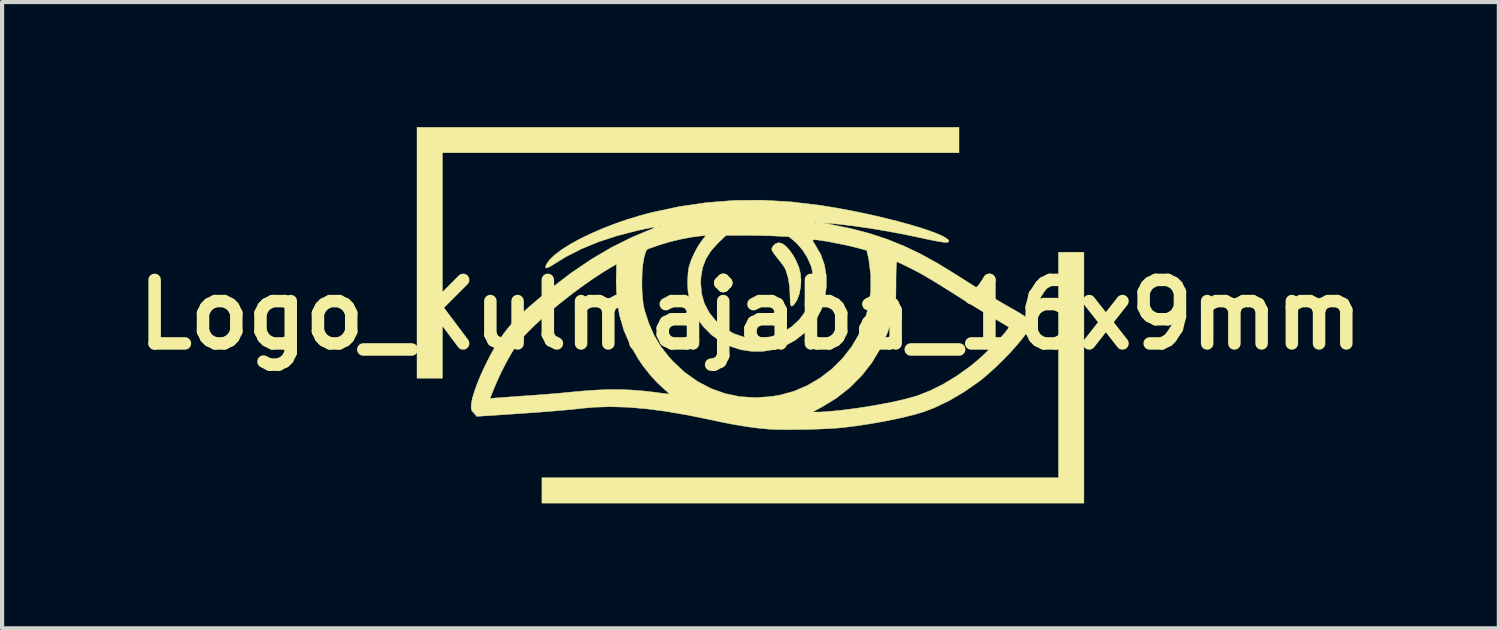
<source format=kicad_pcb>
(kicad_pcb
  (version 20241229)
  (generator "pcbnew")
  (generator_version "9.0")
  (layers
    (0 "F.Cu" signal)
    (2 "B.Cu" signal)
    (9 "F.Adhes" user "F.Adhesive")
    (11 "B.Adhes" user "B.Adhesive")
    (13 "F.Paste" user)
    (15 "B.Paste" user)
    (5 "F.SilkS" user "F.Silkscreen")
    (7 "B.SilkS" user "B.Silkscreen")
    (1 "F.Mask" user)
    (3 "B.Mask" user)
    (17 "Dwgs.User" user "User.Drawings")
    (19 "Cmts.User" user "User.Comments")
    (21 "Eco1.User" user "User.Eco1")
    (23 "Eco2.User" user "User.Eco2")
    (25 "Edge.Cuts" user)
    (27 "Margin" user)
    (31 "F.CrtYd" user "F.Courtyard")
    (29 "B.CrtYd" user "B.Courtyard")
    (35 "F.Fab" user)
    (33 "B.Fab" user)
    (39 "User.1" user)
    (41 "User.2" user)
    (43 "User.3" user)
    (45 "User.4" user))
  (footprint "Logo_Kulmajaba_16x9mm"
    (layer "F.Cu")
    (at 14.957 4.501)
    (property "Reference" "Logo_Kulmajaba_16x9mm" (at 0 0 0) (layer "F.SilkS") (effects (font (size 1.524 1.524) (thickness 0.3))))
    (attr through_hole)
    (fp_poly (pts (xy 5.004 -3.886) (xy -7.391 -3.886) (xy -7.391 1.524) (xy -8.001 1.524) (xy -8.001 -4.496) (xy 5.004 -4.496) (xy 5.004 -3.886)) (stroke (width 0.01) (type solid)) (fill yes) (layer "F.SilkS"))
    (fp_poly (pts (xy 8.001 4.521) (xy -5.004 4.521) (xy -5.004 3.912) (xy 7.391 3.912) (xy 7.391 -1.499) (xy 8.001 -1.499) (xy 8.001 4.521)) (stroke (width 0.01) (type solid)) (fill yes) (layer "F.SilkS"))
    (fp_poly (pts (xy 0.766 -1.704) (xy 0.852 -1.641) (xy 0.939 -1.545) (xy 1.024 -1.425) (xy 1.098 -1.289) (xy 1.158 -1.147) (xy 1.196 -1.005) (xy 1.197 -1.003) (xy 1.213 -0.832) (xy 1.203 -0.657) (xy 1.17 -0.492) (xy 1.116 -0.349) (xy 1.049 -0.249) (xy 1.009 -0.211) (xy 0.981 -0.205) (xy 0.963 -0.236) (xy 0.953 -0.307) (xy 0.95 -0.424) (xy 0.949 -0.464) (xy 0.937 -0.687) (xy 0.903 -0.892) (xy 0.849 -1.065) (xy 0.822 -1.124) (xy 0.788 -1.177) (xy 0.731 -1.254) (xy 0.663 -1.34) (xy 0.646 -1.359) (xy 0.583 -1.44) (xy 0.534 -1.511) (xy 0.51 -1.56) (xy 0.508 -1.569) (xy 0.531 -1.636) (xy 0.587 -1.693) (xy 0.661 -1.725) (xy 0.688 -1.727) (xy 0.766 -1.704)) (stroke (width 0.01) (type solid)) (fill yes) (layer "F.SilkS"))
    (fp_poly (pts (xy 0.965 -2.709) (xy 1.665 -2.625) (xy 1.74 -2.614) (xy 2.047 -2.563) (xy 2.357 -2.507) (xy 2.665 -2.445) (xy 2.967 -2.379) (xy 3.259 -2.31) (xy 3.537 -2.24) (xy 3.796 -2.169) (xy 4.033 -2.099) (xy 4.244 -2.031) (xy 4.425 -1.966) (xy 4.571 -1.905) (xy 4.678 -1.849) (xy 4.742 -1.8) (xy 4.761 -1.765) (xy 4.75 -1.745) (xy 4.713 -1.736) (xy 4.645 -1.738) (xy 4.543 -1.752) (xy 4.401 -1.778) (xy 4.216 -1.816) (xy 4.111 -1.839) (xy 3.699 -1.926) (xy 3.281 -2.004) (xy 2.868 -2.073) (xy 2.471 -2.13) (xy 2.103 -2.174) (xy 1.867 -2.195) (xy 1.795 -2.201) (xy 1.763 -2.201) (xy 1.771 -2.196) (xy 1.824 -2.185) (xy 1.923 -2.167) (xy 1.963 -2.159) (xy 2.426 -2.063) (xy 2.86 -1.949) (xy 3.275 -1.812) (xy 3.679 -1.65) (xy 4.083 -1.457) (xy 4.495 -1.23) (xy 4.926 -0.965) (xy 4.958 -0.945) (xy 5.19 -0.797) (xy 5.436 -0.643) (xy 5.684 -0.492) (xy 5.923 -0.349) (xy 6.142 -0.22) (xy 6.331 -0.114) (xy 6.335 -0.112) (xy 6.487 -0.023) (xy 6.596 0.052) (xy 6.666 0.12) (xy 6.7 0.186) (xy 6.702 0.257) (xy 6.675 0.338) (xy 6.657 0.376) (xy 6.591 0.482) (xy 6.492 0.612) (xy 6.366 0.761) (xy 6.221 0.921) (xy 6.063 1.084) (xy 5.898 1.245) (xy 5.734 1.396) (xy 5.576 1.531) (xy 5.488 1.599) (xy 5.127 1.852) (xy 4.762 2.066) (xy 4.4 2.238) (xy 4.153 2.331) (xy 3.953 2.391) (xy 3.713 2.452) (xy 3.44 2.512) (xy 3.145 2.57) (xy 2.836 2.623) (xy 2.524 2.67) (xy 2.235 2.706) (xy 2.081 2.721) (xy 1.889 2.733) (xy 1.673 2.743) (xy 1.44 2.751) (xy 1.204 2.755) (xy 0.973 2.758) (xy 0.758 2.757) (xy 0.571 2.752) (xy 0.421 2.745) (xy 0.394 2.742) (xy 0.136 2.716) (xy -0.121 2.681) (xy -0.39 2.636) (xy -0.685 2.579) (xy -0.94 2.524) (xy -1.498 2.41) (xy -1.932 2.335) (xy 1.486 2.335) (xy 1.638 2.336) (xy 1.716 2.333) (xy 1.831 2.325) (xy 1.972 2.313) (xy 2.126 2.298) (xy 2.223 2.287) (xy 2.535 2.247) (xy 2.847 2.199) (xy 3.15 2.146) (xy 3.435 2.09) (xy 3.693 2.031) (xy 3.914 1.971) (xy 4.013 1.941) (xy 4.317 1.821) (xy 4.632 1.663) (xy 4.947 1.472) (xy 5.251 1.256) (xy 5.397 1.138) (xy 5.508 1.042) (xy 5.625 0.933) (xy 5.744 0.818) (xy 5.859 0.702) (xy 5.966 0.59) (xy 6.058 0.488) (xy 6.131 0.402) (xy 6.179 0.338) (xy 6.197 0.3) (xy 6.195 0.294) (xy 6.171 0.279) (xy 6.11 0.243) (xy 6.02 0.19) (xy 5.908 0.124) (xy 5.804 0.063) (xy 5.641 -0.034) (xy 5.455 -0.146) (xy 5.265 -0.262) (xy 5.092 -0.369) (xy 5.042 -0.401) (xy 4.813 -0.546) (xy 4.621 -0.667) (xy 4.459 -0.767) (xy 4.321 -0.85) (xy 4.202 -0.921) (xy 4.094 -0.982) (xy 3.992 -1.037) (xy 3.89 -1.09) (xy 3.837 -1.117) (xy 3.723 -1.173) (xy 3.626 -1.22) (xy 3.553 -1.254) (xy 3.515 -1.269) (xy 3.512 -1.27) (xy 3.506 -1.246) (xy 3.501 -1.179) (xy 3.496 -1.076) (xy 3.493 -0.945) (xy 3.492 -0.794) (xy 3.492 -0.768) (xy 3.491 -0.59) (xy 3.489 -0.451) (xy 3.484 -0.342) (xy 3.475 -0.25) (xy 3.462 -0.166) (xy 3.443 -0.078) (xy 3.423 0.004) (xy 3.295 0.413) (xy 3.126 0.795) (xy 2.916 1.146) (xy 2.666 1.466) (xy 2.378 1.754) (xy 2.053 2.008) (xy 1.692 2.227) (xy 1.689 2.228) (xy 1.486 2.335) (xy -1.932 2.335) (xy -2.015 2.321) (xy -2.497 2.258) (xy -2.944 2.22) (xy -3.362 2.208) (xy -3.754 2.22) (xy -4.047 2.247) (xy -4.244 2.269) (xy -4.49 2.292) (xy -4.784 2.317) (xy -5.123 2.343) (xy -5.506 2.37) (xy -5.931 2.399) (xy -5.956 2.401) (xy -6.566 2.44) (xy -6.639 2.359) (xy -6.68 2.309) (xy -6.7 2.264) (xy -6.703 2.204) (xy -6.696 2.13) (xy -6.674 2.01) (xy -6.249 2.01) (xy -6.077 1.995) (xy -6.001 1.989) (xy -5.883 1.981) (xy -5.736 1.97) (xy -5.569 1.958) (xy -5.393 1.946) (xy -5.334 1.942) (xy -5.138 1.928) (xy -4.931 1.912) (xy -4.728 1.896) (xy -4.543 1.88) (xy -4.393 1.866) (xy -4.381 1.864) (xy -4.021 1.831) (xy -3.698 1.808) (xy -3.404 1.796) (xy -3.127 1.796) (xy -2.856 1.807) (xy -2.581 1.829) (xy -2.29 1.862) (xy -2.248 1.868) (xy -2.133 1.883) (xy -2.038 1.895) (xy -1.971 1.902) (xy -1.947 1.905) (xy -1.955 1.89) (xy -1.994 1.851) (xy -2.058 1.795) (xy -2.079 1.777) (xy -2.244 1.624) (xy -2.413 1.437) (xy -2.575 1.233) (xy -2.681 1.079) (xy -2.883 0.73) (xy -3.037 0.375) (xy -3.144 0.008) (xy -3.205 -0.375) (xy -3.223 -0.78) (xy -3.222 -0.829) (xy -2.604 -0.829) (xy -2.603 -0.626) (xy -2.592 -0.431) (xy -2.573 -0.259) (xy -2.547 -0.126) (xy -2.44 0.204) (xy -2.311 0.497) (xy -2.152 0.763) (xy -1.957 1.013) (xy -1.852 1.128) (xy -1.57 1.389) (xy -1.267 1.604) (xy -0.945 1.772) (xy -0.606 1.893) (xy -0.253 1.966) (xy 0.113 1.99) (xy 0.49 1.965) (xy 0.699 1.931) (xy 1.039 1.838) (xy 1.365 1.699) (xy 1.673 1.518) (xy 1.957 1.299) (xy 2.211 1.046) (xy 2.431 0.764) (xy 2.59 0.494) (xy 2.737 0.153) (xy 2.836 -0.202) (xy 2.886 -0.569) (xy 2.887 -0.942) (xy 2.84 -1.319) (xy 2.817 -1.426) (xy 2.79 -1.543) (xy 2.545 -1.609) (xy 2.425 -1.639) (xy 2.284 -1.671) (xy 2.133 -1.702) (xy 1.979 -1.732) (xy 1.834 -1.759) (xy 1.706 -1.78) (xy 1.604 -1.794) (xy 1.539 -1.8) (xy 1.525 -1.799) (xy 1.499 -1.791) (xy 1.495 -1.772) (xy 1.517 -1.731) (xy 1.553 -1.676) (xy 1.686 -1.446) (xy 1.773 -1.203) (xy 1.818 -0.942) (xy 1.822 -0.686) (xy 1.788 -0.402) (xy 1.709 -0.141) (xy 1.584 0.099) (xy 1.412 0.322) (xy 1.294 0.44) (xy 1.07 0.615) (xy 0.827 0.746) (xy 0.571 0.834) (xy 0.307 0.878) (xy 0.041 0.881) (xy -0.222 0.842) (xy -0.476 0.762) (xy -0.716 0.642) (xy -0.938 0.482) (xy -1.134 0.283) (xy -1.243 0.137) (xy -1.372 -0.089) (xy -1.456 -0.322) (xy -1.5 -0.572) (xy -1.508 -0.737) (xy -1.508 -0.76) (xy -1.194 -0.76) (xy -1.172 -0.503) (xy -1.105 -0.269) (xy -0.992 -0.053) (xy -0.831 0.147) (xy -0.829 0.148) (xy -0.63 0.321) (xy -0.409 0.45) (xy -0.17 0.533) (xy 0.081 0.569) (xy 0.341 0.557) (xy 0.533 0.517) (xy 0.77 0.426) (xy 0.984 0.292) (xy 1.171 0.12) (xy 1.324 -0.085) (xy 1.44 -0.318) (xy 1.463 -0.381) (xy 1.499 -0.541) (xy 1.512 -0.726) (xy 1.504 -0.919) (xy 1.473 -1.1) (xy 1.451 -1.177) (xy 1.366 -1.369) (xy 1.251 -1.551) (xy 1.116 -1.708) (xy 1.05 -1.767) (xy 0.923 -1.871) (xy 0.595 -1.888) (xy 0.447 -1.894) (xy 0.269 -1.899) (xy 0.079 -1.903) (xy -0.104 -1.905) (xy -0.159 -1.905) (xy -0.584 -1.905) (xy -0.771 -1.727) (xy -0.944 -1.537) (xy -1.07 -1.337) (xy -1.151 -1.123) (xy -1.189 -0.885) (xy -1.194 -0.76) (xy -1.508 -0.76) (xy -1.506 -0.868) (xy -1.497 -0.997) (xy -1.484 -1.104) (xy -1.477 -1.143) (xy -1.425 -1.302) (xy -1.348 -1.476) (xy -1.257 -1.644) (xy -1.171 -1.77) (xy -1.07 -1.902) (xy -1.202 -1.889) (xy -1.432 -1.858) (xy -1.685 -1.809) (xy -1.938 -1.748) (xy -2.167 -1.679) (xy -2.167 -1.679) (xy -2.283 -1.64) (xy -2.381 -1.605) (xy -2.452 -1.579) (xy -2.485 -1.565) (xy -2.485 -1.565) (xy -2.503 -1.534) (xy -2.527 -1.466) (xy -2.552 -1.375) (xy -2.557 -1.352) (xy -2.582 -1.206) (xy -2.598 -1.028) (xy -2.604 -0.829) (xy -3.222 -0.829) (xy -3.222 -0.846) (xy -3.213 -1.214) (xy -3.327 -1.148) (xy -3.555 -1.01) (xy -3.796 -0.851) (xy -4.046 -0.675) (xy -4.298 -0.487) (xy -4.546 -0.293) (xy -4.784 -0.097) (xy -5.006 0.096) (xy -5.207 0.281) (xy -5.379 0.453) (xy -5.517 0.606) (xy -5.58 0.687) (xy -5.709 0.879) (xy -5.842 1.111) (xy -5.976 1.371) (xy -6.103 1.649) (xy -6.207 1.9) (xy -6.249 2.01) (xy -6.674 2.01) (xy -6.672 2.001) (xy -6.623 1.838) (xy -6.555 1.649) (xy -6.47 1.445) (xy -6.372 1.232) (xy -6.266 1.02) (xy -6.155 0.818) (xy -6.043 0.635) (xy -5.934 0.473) (xy -5.824 0.329) (xy -5.705 0.191) (xy -5.567 0.049) (xy -5.401 -0.108) (xy -5.32 -0.18) (xy -4.814 -0.61) (xy -4.316 -0.992) (xy -3.823 -1.326) (xy -3.334 -1.614) (xy -2.845 -1.857) (xy -2.486 -2.008) (xy -2.383 -2.049) (xy -2.322 -2.077) (xy -2.303 -2.093) (xy -2.327 -2.095) (xy -2.397 -2.085) (xy -2.513 -2.062) (xy -2.676 -2.027) (xy -2.718 -2.018) (xy -3.198 -1.894) (xy -3.648 -1.747) (xy -4.061 -1.577) (xy -4.434 -1.386) (xy -4.672 -1.24) (xy -4.787 -1.168) (xy -4.865 -1.128) (xy -4.908 -1.122) (xy -4.918 -1.15) (xy -4.894 -1.21) (xy -4.893 -1.213) (xy -4.814 -1.323) (xy -4.691 -1.44) (xy -4.527 -1.563) (xy -4.327 -1.689) (xy -4.096 -1.816) (xy -3.839 -1.941) (xy -3.56 -2.062) (xy -3.41 -2.121) (xy -2.184 -2.121) (xy -2.172 -2.108) (xy -2.159 -2.121) (xy -2.172 -2.134) (xy -2.184 -2.121) (xy -3.41 -2.121) (xy -3.264 -2.178) (xy -3.136 -2.223) (xy 1.549 -2.223) (xy 1.562 -2.21) (xy 1.575 -2.223) (xy 1.562 -2.235) (xy 1.549 -2.223) (xy -3.136 -2.223) (xy -2.956 -2.285) (xy -2.64 -2.381) (xy -2.376 -2.451) (xy -1.71 -2.594) (xy -1.049 -2.69) (xy -0.386 -2.742) (xy 0.283 -2.748) (xy 0.965 -2.709)) (stroke (width 0.01) (type solid)) (fill yes) (layer "F.SilkS")))
  (gr_rect
    (start -3 -3)
    (end 32.914 12.027)
    (stroke (width 0.1) (type default))
    (fill no)
    (layer "Edge.Cuts")))
</source>
